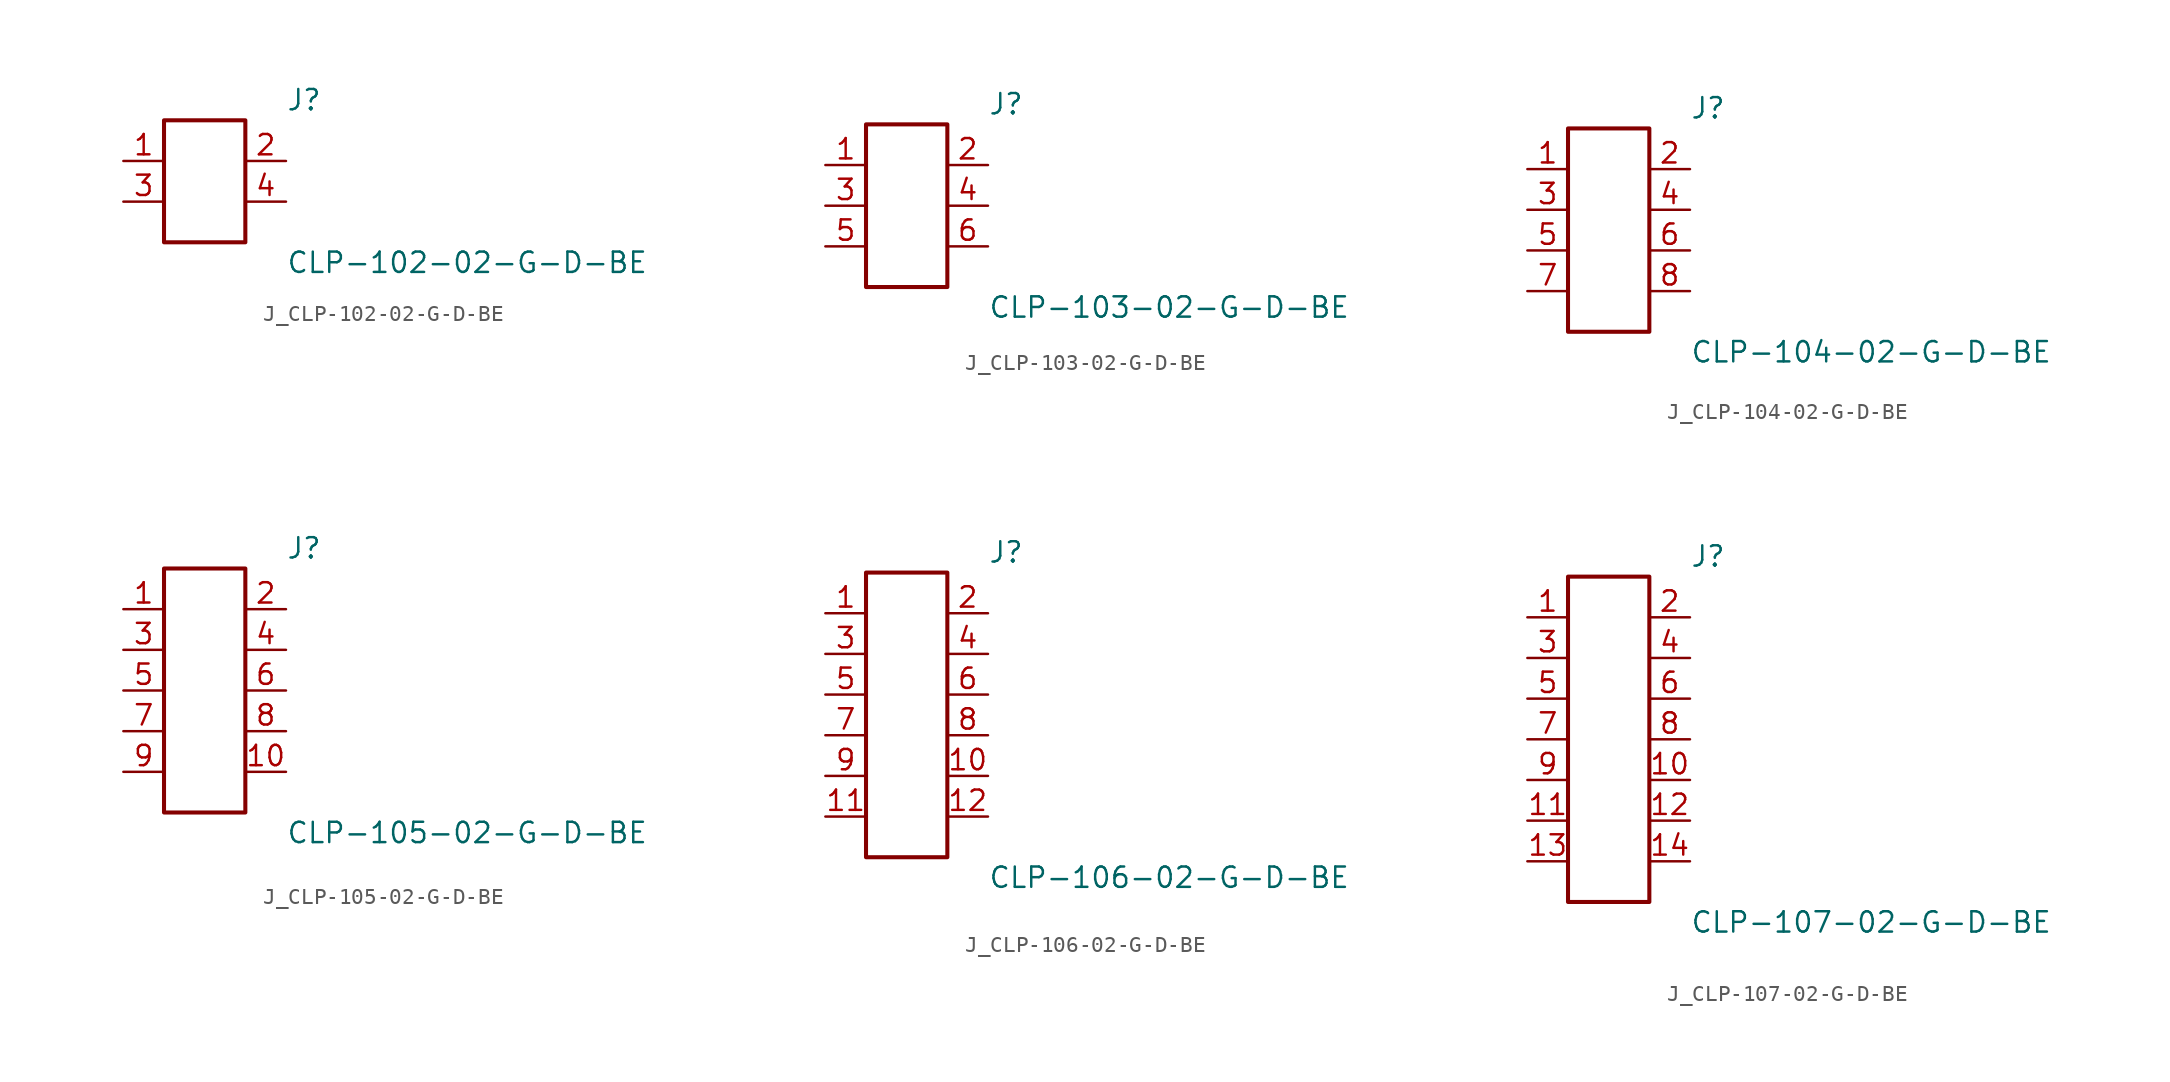
<source format=kicad_sym>
(kicad_symbol_lib
  (version 20231120)
  (generator kicad_symbol_editor)
  (generator_version 8.0)
  (symbol "J_CLP-102-02-G-D-BE"
    (pin_names
      (offset 0.254))
    (property "Reference" "J"
      (at 5.08 5.08 0)
      (effects (font (size 1.27 1.27)) (justify left)))
    (property "Value" "CLP-102-02-G-D-BE"
      (at 5.08 -5.08 0)
      (effects (font (size 1.27 1.27)) (justify left)))
    (symbol "J_CLP-102-02-G-D-BE_0_0"
      (pin passive line (at -5.08 1.27 0) (length 2.54) (name "" (effects (font (size 1.27 1.27)))) (number "1" (effects (font (size 1.27 1.27)))))
      (pin passive line (at 5.08 1.27 180) (length 2.54) (name "" (effects (font (size 1.27 1.27)))) (number "2" (effects (font (size 1.27 1.27)))))
      (pin passive line (at -5.08 -1.27 0) (length 2.54) (name "" (effects (font (size 1.27 1.27)))) (number "3" (effects (font (size 1.27 1.27)))))
      (pin passive line (at 5.08 -1.27 180) (length 2.54) (name "" (effects (font (size 1.27 1.27)))) (number "4" (effects (font (size 1.27 1.27))))))
    (symbol "J_CLP-102-02-G-D-BE_1_0"
      (rectangle (start -2.54 3.81) (end 2.54 -3.81) (stroke (width 0.254) (type solid)) (fill (type none)))))
  (symbol "J_CLP-103-02-G-D-BE"
    (pin_names
      (offset 0.254))
    (property "Reference" "J"
      (at 5.08 6.35 0)
      (effects (font (size 1.27 1.27)) (justify left)))
    (property "Value" "CLP-103-02-G-D-BE"
      (at 5.08 -6.35 0)
      (effects (font (size 1.27 1.27)) (justify left)))
    (symbol "J_CLP-103-02-G-D-BE_0_0"
      (pin passive line (at -5.08 2.54 0) (length 2.54) (name "" (effects (font (size 1.27 1.27)))) (number "1" (effects (font (size 1.27 1.27)))))
      (pin passive line (at 5.08 2.54 180) (length 2.54) (name "" (effects (font (size 1.27 1.27)))) (number "2" (effects (font (size 1.27 1.27)))))
      (pin passive line (at -5.08 0.0 0) (length 2.54) (name "" (effects (font (size 1.27 1.27)))) (number "3" (effects (font (size 1.27 1.27)))))
      (pin passive line (at 5.08 0.0 180) (length 2.54) (name "" (effects (font (size 1.27 1.27)))) (number "4" (effects (font (size 1.27 1.27)))))
      (pin passive line (at -5.08 -2.54 0) (length 2.54) (name "" (effects (font (size 1.27 1.27)))) (number "5" (effects (font (size 1.27 1.27)))))
      (pin passive line (at 5.08 -2.54 180) (length 2.54) (name "" (effects (font (size 1.27 1.27)))) (number "6" (effects (font (size 1.27 1.27))))))
    (symbol "J_CLP-103-02-G-D-BE_1_0"
      (rectangle (start -2.54 5.08) (end 2.54 -5.08) (stroke (width 0.254) (type solid)) (fill (type none)))))
  (symbol "J_CLP-104-02-G-D-BE"
    (pin_names
      (offset 0.254))
    (property "Reference" "J"
      (at 5.08 7.62 0)
      (effects (font (size 1.27 1.27)) (justify left)))
    (property "Value" "CLP-104-02-G-D-BE"
      (at 5.08 -7.62 0)
      (effects (font (size 1.27 1.27)) (justify left)))
    (symbol "J_CLP-104-02-G-D-BE_0_0"
      (pin passive line (at -5.08 3.81 0) (length 2.54) (name "" (effects (font (size 1.27 1.27)))) (number "1" (effects (font (size 1.27 1.27)))))
      (pin passive line (at 5.08 3.81 180) (length 2.54) (name "" (effects (font (size 1.27 1.27)))) (number "2" (effects (font (size 1.27 1.27)))))
      (pin passive line (at -5.08 1.27 0) (length 2.54) (name "" (effects (font (size 1.27 1.27)))) (number "3" (effects (font (size 1.27 1.27)))))
      (pin passive line (at 5.08 1.27 180) (length 2.54) (name "" (effects (font (size 1.27 1.27)))) (number "4" (effects (font (size 1.27 1.27)))))
      (pin passive line (at -5.08 -1.27 0) (length 2.54) (name "" (effects (font (size 1.27 1.27)))) (number "5" (effects (font (size 1.27 1.27)))))
      (pin passive line (at 5.08 -1.27 180) (length 2.54) (name "" (effects (font (size 1.27 1.27)))) (number "6" (effects (font (size 1.27 1.27)))))
      (pin passive line (at -5.08 -3.81 0) (length 2.54) (name "" (effects (font (size 1.27 1.27)))) (number "7" (effects (font (size 1.27 1.27)))))
      (pin passive line (at 5.08 -3.81 180) (length 2.54) (name "" (effects (font (size 1.27 1.27)))) (number "8" (effects (font (size 1.27 1.27))))))
    (symbol "J_CLP-104-02-G-D-BE_1_0"
      (rectangle (start -2.54 6.35) (end 2.54 -6.35) (stroke (width 0.254) (type solid)) (fill (type none)))))
  (symbol "J_CLP-105-02-G-D-BE"
    (pin_names
      (offset 0.254))
    (property "Reference" "J"
      (at 5.08 8.89 0)
      (effects (font (size 1.27 1.27)) (justify left)))
    (property "Value" "CLP-105-02-G-D-BE"
      (at 5.08 -8.89 0)
      (effects (font (size 1.27 1.27)) (justify left)))
    (symbol "J_CLP-105-02-G-D-BE_0_0"
      (pin passive line (at -5.08 5.08 0) (length 2.54) (name "" (effects (font (size 1.27 1.27)))) (number "1" (effects (font (size 1.27 1.27)))))
      (pin passive line (at 5.08 5.08 180) (length 2.54) (name "" (effects (font (size 1.27 1.27)))) (number "2" (effects (font (size 1.27 1.27)))))
      (pin passive line (at -5.08 2.54 0) (length 2.54) (name "" (effects (font (size 1.27 1.27)))) (number "3" (effects (font (size 1.27 1.27)))))
      (pin passive line (at 5.08 2.54 180) (length 2.54) (name "" (effects (font (size 1.27 1.27)))) (number "4" (effects (font (size 1.27 1.27)))))
      (pin passive line (at -5.08 0.0 0) (length 2.54) (name "" (effects (font (size 1.27 1.27)))) (number "5" (effects (font (size 1.27 1.27)))))
      (pin passive line (at 5.08 0.0 180) (length 2.54) (name "" (effects (font (size 1.27 1.27)))) (number "6" (effects (font (size 1.27 1.27)))))
      (pin passive line (at -5.08 -2.54 0) (length 2.54) (name "" (effects (font (size 1.27 1.27)))) (number "7" (effects (font (size 1.27 1.27)))))
      (pin passive line (at 5.08 -2.54 180) (length 2.54) (name "" (effects (font (size 1.27 1.27)))) (number "8" (effects (font (size 1.27 1.27)))))
      (pin passive line (at -5.08 -5.08 0) (length 2.54) (name "" (effects (font (size 1.27 1.27)))) (number "9" (effects (font (size 1.27 1.27)))))
      (pin passive line (at 5.08 -5.08 180) (length 2.54) (name "" (effects (font (size 1.27 1.27)))) (number "10" (effects (font (size 1.27 1.27))))))
    (symbol "J_CLP-105-02-G-D-BE_1_0"
      (rectangle (start -2.54 7.62) (end 2.54 -7.62) (stroke (width 0.254) (type solid)) (fill (type none)))))
  (symbol "J_CLP-106-02-G-D-BE"
    (pin_names
      (offset 0.254))
    (property "Reference" "J"
      (at 5.08 10.16 0)
      (effects (font (size 1.27 1.27)) (justify left)))
    (property "Value" "CLP-106-02-G-D-BE"
      (at 5.08 -10.16 0)
      (effects (font (size 1.27 1.27)) (justify left)))
    (symbol "J_CLP-106-02-G-D-BE_0_0"
      (pin passive line (at -5.08 6.35 0) (length 2.54) (name "" (effects (font (size 1.27 1.27)))) (number "1" (effects (font (size 1.27 1.27)))))
      (pin passive line (at 5.08 6.35 180) (length 2.54) (name "" (effects (font (size 1.27 1.27)))) (number "2" (effects (font (size 1.27 1.27)))))
      (pin passive line (at -5.08 3.81 0) (length 2.54) (name "" (effects (font (size 1.27 1.27)))) (number "3" (effects (font (size 1.27 1.27)))))
      (pin passive line (at 5.08 3.81 180) (length 2.54) (name "" (effects (font (size 1.27 1.27)))) (number "4" (effects (font (size 1.27 1.27)))))
      (pin passive line (at -5.08 1.27 0) (length 2.54) (name "" (effects (font (size 1.27 1.27)))) (number "5" (effects (font (size 1.27 1.27)))))
      (pin passive line (at 5.08 1.27 180) (length 2.54) (name "" (effects (font (size 1.27 1.27)))) (number "6" (effects (font (size 1.27 1.27)))))
      (pin passive line (at -5.08 -1.27 0) (length 2.54) (name "" (effects (font (size 1.27 1.27)))) (number "7" (effects (font (size 1.27 1.27)))))
      (pin passive line (at 5.08 -1.27 180) (length 2.54) (name "" (effects (font (size 1.27 1.27)))) (number "8" (effects (font (size 1.27 1.27)))))
      (pin passive line (at -5.08 -3.81 0) (length 2.54) (name "" (effects (font (size 1.27 1.27)))) (number "9" (effects (font (size 1.27 1.27)))))
      (pin passive line (at 5.08 -3.81 180) (length 2.54) (name "" (effects (font (size 1.27 1.27)))) (number "10" (effects (font (size 1.27 1.27)))))
      (pin passive line (at -5.08 -6.35 0) (length 2.54) (name "" (effects (font (size 1.27 1.27)))) (number "11" (effects (font (size 1.27 1.27)))))
      (pin passive line (at 5.08 -6.35 180) (length 2.54) (name "" (effects (font (size 1.27 1.27)))) (number "12" (effects (font (size 1.27 1.27))))))
    (symbol "J_CLP-106-02-G-D-BE_1_0"
      (rectangle (start -2.54 8.89) (end 2.54 -8.89) (stroke (width 0.254) (type solid)) (fill (type none)))))
  (symbol "J_CLP-107-02-G-D-BE"
    (pin_names
      (offset 0.254))
    (property "Reference" "J"
      (at 5.08 11.43 0)
      (effects (font (size 1.27 1.27)) (justify left)))
    (property "Value" "CLP-107-02-G-D-BE"
      (at 5.08 -11.43 0)
      (effects (font (size 1.27 1.27)) (justify left)))
    (symbol "J_CLP-107-02-G-D-BE_0_0"
      (pin passive line (at -5.08 7.62 0) (length 2.54) (name "" (effects (font (size 1.27 1.27)))) (number "1" (effects (font (size 1.27 1.27)))))
      (pin passive line (at 5.08 7.62 180) (length 2.54) (name "" (effects (font (size 1.27 1.27)))) (number "2" (effects (font (size 1.27 1.27)))))
      (pin passive line (at -5.08 5.08 0) (length 2.54) (name "" (effects (font (size 1.27 1.27)))) (number "3" (effects (font (size 1.27 1.27)))))
      (pin passive line (at 5.08 5.08 180) (length 2.54) (name "" (effects (font (size 1.27 1.27)))) (number "4" (effects (font (size 1.27 1.27)))))
      (pin passive line (at -5.08 2.54 0) (length 2.54) (name "" (effects (font (size 1.27 1.27)))) (number "5" (effects (font (size 1.27 1.27)))))
      (pin passive line (at 5.08 2.54 180) (length 2.54) (name "" (effects (font (size 1.27 1.27)))) (number "6" (effects (font (size 1.27 1.27)))))
      (pin passive line (at -5.08 0.0 0) (length 2.54) (name "" (effects (font (size 1.27 1.27)))) (number "7" (effects (font (size 1.27 1.27)))))
      (pin passive line (at 5.08 0.0 180) (length 2.54) (name "" (effects (font (size 1.27 1.27)))) (number "8" (effects (font (size 1.27 1.27)))))
      (pin passive line (at -5.08 -2.54 0) (length 2.54) (name "" (effects (font (size 1.27 1.27)))) (number "9" (effects (font (size 1.27 1.27)))))
      (pin passive line (at 5.08 -2.54 180) (length 2.54) (name "" (effects (font (size 1.27 1.27)))) (number "10" (effects (font (size 1.27 1.27)))))
      (pin passive line (at -5.08 -5.08 0) (length 2.54) (name "" (effects (font (size 1.27 1.27)))) (number "11" (effects (font (size 1.27 1.27)))))
      (pin passive line (at 5.08 -5.08 180) (length 2.54) (name "" (effects (font (size 1.27 1.27)))) (number "12" (effects (font (size 1.27 1.27)))))
      (pin passive line (at -5.08 -7.62 0) (length 2.54) (name "" (effects (font (size 1.27 1.27)))) (number "13" (effects (font (size 1.27 1.27)))))
      (pin passive line (at 5.08 -7.62 180) (length 2.54) (name "" (effects (font (size 1.27 1.27)))) (number "14" (effects (font (size 1.27 1.27))))))
    (symbol "J_CLP-107-02-G-D-BE_1_0"
      (rectangle (start -2.54 10.16) (end 2.54 -10.16) (stroke (width 0.254) (type solid)) (fill (type none))))))
</source>
